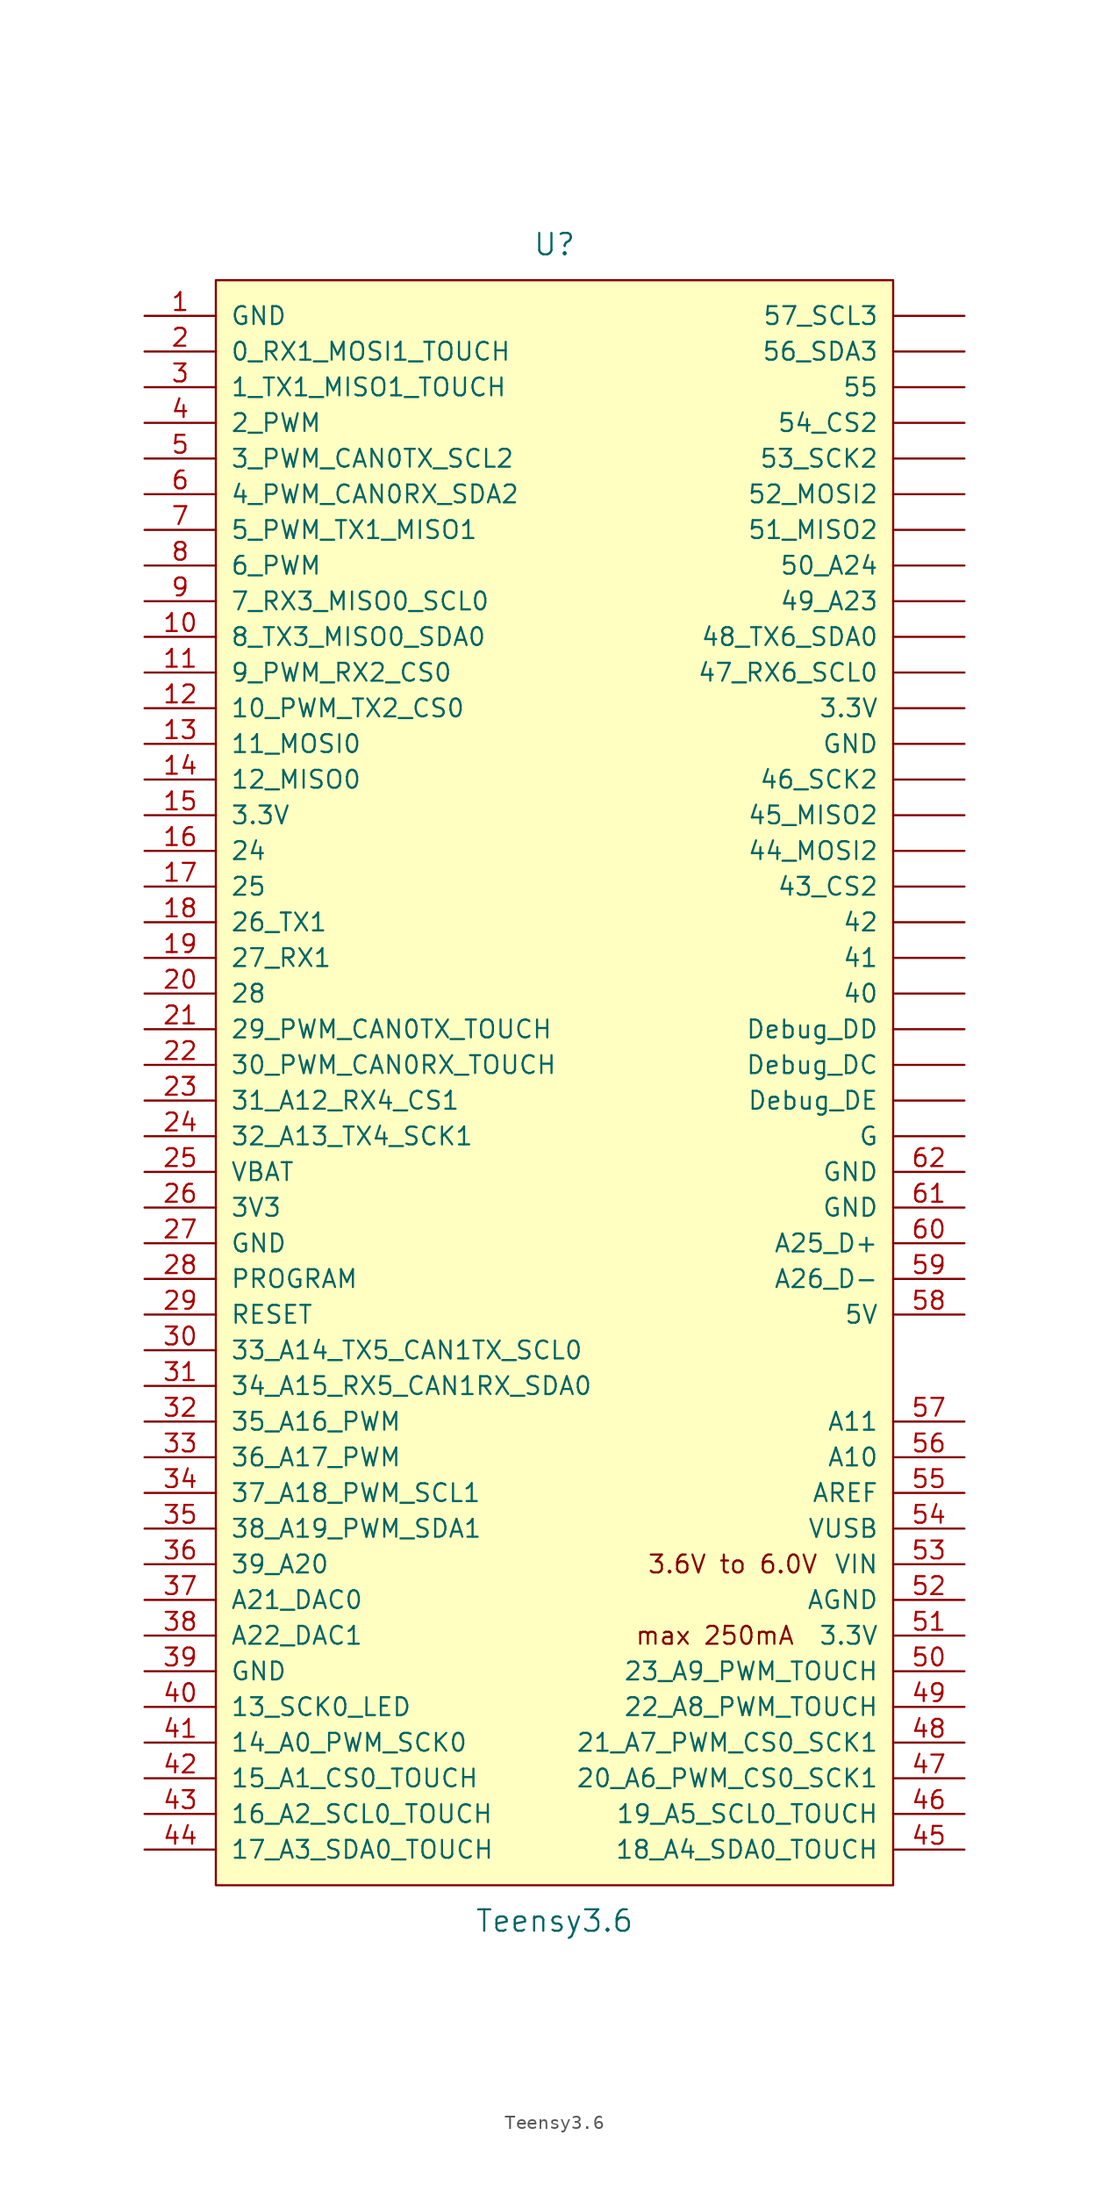
<source format=kicad_sym>
(kicad_symbol_lib
  (version 20220914)
  (generator kicad_symbol_editor)
  (symbol "Teensy3.6"
    (pin_names
      (offset 1.016))
    (property "Reference" "U"
      (at 0 59.69 0)
      (effects (font (size 1.524 1.524))))
    (property "Value" "Teensy3.6"
      (at 0 -59.69 0)
      (effects (font (size 1.524 1.524))))
    (property "Footprint" ""
      (at 0 1.27 0)
      (effects (font (size 1.524 1.524))))
    (property "Datasheet" ""
      (at 0 1.27 0)
      (effects (font (size 1.524 1.524))))
    (symbol "Teensy3.6_0_0"
      (text "3.6V to 6.0V" (at 12.7 -34.29 0) (effects (font (size 1.27 1.27))))
      (text "max 250mA" (at 11.43 -39.37 0) (effects (font (size 1.27 1.27)))))
    (symbol "Teensy3.6_1_0"
      (rectangle (start -24.13 57.15) (end 24.13 -57.15) (stroke (width 0) (type solid)) (fill (type background))))
    (symbol "Teensy3.6_1_1"
      (pin power_in line (at -29.21 54.61 0) (length 5.08) (name "GND" (effects (font (size 1.27 1.27)))) (number "1" (effects (font (size 1.27 1.27)))))
      (pin bidirectional line (at -29.21 31.75 0) (length 5.08) (name "8_TX3_MISO0_SDA0" (effects (font (size 1.27 1.27)))) (number "10" (effects (font (size 1.27 1.27)))))
      (pin bidirectional line (at -29.21 29.21 0) (length 5.08) (name "9_PWM_RX2_CS0" (effects (font (size 1.27 1.27)))) (number "11" (effects (font (size 1.27 1.27)))))
      (pin bidirectional line (at -29.21 26.67 0) (length 5.08) (name "10_PWM_TX2_CS0" (effects (font (size 1.27 1.27)))) (number "12" (effects (font (size 1.27 1.27)))))
      (pin bidirectional line (at -29.21 24.13 0) (length 5.08) (name "11_MOSI0" (effects (font (size 1.27 1.27)))) (number "13" (effects (font (size 1.27 1.27)))))
      (pin bidirectional line (at -29.21 21.59 0) (length 5.08) (name "12_MISO0" (effects (font (size 1.27 1.27)))) (number "14" (effects (font (size 1.27 1.27)))))
      (pin power_in line (at -29.21 19.05 0) (length 5.08) (name "3.3V" (effects (font (size 1.27 1.27)))) (number "15" (effects (font (size 1.27 1.27)))))
      (pin bidirectional line (at -29.21 16.51 0) (length 5.08) (name "24" (effects (font (size 1.27 1.27)))) (number "16" (effects (font (size 1.27 1.27)))))
      (pin bidirectional line (at -29.21 13.97 0) (length 5.08) (name "25" (effects (font (size 1.27 1.27)))) (number "17" (effects (font (size 1.27 1.27)))))
      (pin bidirectional line (at -29.21 11.43 0) (length 5.08) (name "26_TX1" (effects (font (size 1.27 1.27)))) (number "18" (effects (font (size 1.27 1.27)))))
      (pin bidirectional line (at -29.21 8.89 0) (length 5.08) (name "27_RX1" (effects (font (size 1.27 1.27)))) (number "19" (effects (font (size 1.27 1.27)))))
      (pin bidirectional line (at -29.21 52.07 0) (length 5.08) (name "0_RX1_MOSI1_TOUCH" (effects (font (size 1.27 1.27)))) (number "2" (effects (font (size 1.27 1.27)))))
      (pin bidirectional line (at -29.21 6.35 0) (length 5.08) (name "28" (effects (font (size 1.27 1.27)))) (number "20" (effects (font (size 1.27 1.27)))))
      (pin bidirectional line (at -29.21 3.81 0) (length 5.08) (name "29_PWM_CAN0TX_TOUCH" (effects (font (size 1.27 1.27)))) (number "21" (effects (font (size 1.27 1.27)))))
      (pin bidirectional line (at -29.21 1.27 0) (length 5.08) (name "30_PWM_CAN0RX_TOUCH" (effects (font (size 1.27 1.27)))) (number "22" (effects (font (size 1.27 1.27)))))
      (pin bidirectional line (at -29.21 -1.27 0) (length 5.08) (name "31_A12_RX4_CS1" (effects (font (size 1.27 1.27)))) (number "23" (effects (font (size 1.27 1.27)))))
      (pin bidirectional line (at -29.21 -3.81 0) (length 5.08) (name "32_A13_TX4_SCK1" (effects (font (size 1.27 1.27)))) (number "24" (effects (font (size 1.27 1.27)))))
      (pin power_in line (at -29.21 -6.35 0) (length 5.08) (name "VBAT" (effects (font (size 1.27 1.27)))) (number "25" (effects (font (size 1.27 1.27)))))
      (pin power_in line (at -29.21 -8.89 0) (length 5.08) (name "3V3" (effects (font (size 1.27 1.27)))) (number "26" (effects (font (size 1.27 1.27)))))
      (pin power_in line (at -29.21 -11.43 0) (length 5.08) (name "GND" (effects (font (size 1.27 1.27)))) (number "27" (effects (font (size 1.27 1.27)))))
      (pin input line (at -29.21 -13.97 0) (length 5.08) (name "PROGRAM" (effects (font (size 1.27 1.27)))) (number "28" (effects (font (size 1.27 1.27)))))
      (pin input line (at -29.21 -16.51 0) (length 5.08) (name "RESET" (effects (font (size 1.27 1.27)))) (number "29" (effects (font (size 1.27 1.27)))))
      (pin bidirectional line (at -29.21 49.53 0) (length 5.08) (name "1_TX1_MISO1_TOUCH" (effects (font (size 1.27 1.27)))) (number "3" (effects (font (size 1.27 1.27)))))
      (pin bidirectional line (at -29.21 -19.05 0) (length 5.08) (name "33_A14_TX5_CAN1TX_SCL0" (effects (font (size 1.27 1.27)))) (number "30" (effects (font (size 1.27 1.27)))))
      (pin bidirectional line (at -29.21 -21.59 0) (length 5.08) (name "34_A15_RX5_CAN1RX_SDA0" (effects (font (size 1.27 1.27)))) (number "31" (effects (font (size 1.27 1.27)))))
      (pin bidirectional line (at -29.21 -24.13 0) (length 5.08) (name "35_A16_PWM" (effects (font (size 1.27 1.27)))) (number "32" (effects (font (size 1.27 1.27)))))
      (pin bidirectional line (at -29.21 -26.67 0) (length 5.08) (name "36_A17_PWM" (effects (font (size 1.27 1.27)))) (number "33" (effects (font (size 1.27 1.27)))))
      (pin bidirectional line (at -29.21 -29.21 0) (length 5.08) (name "37_A18_PWM_SCL1" (effects (font (size 1.27 1.27)))) (number "34" (effects (font (size 1.27 1.27)))))
      (pin bidirectional line (at -29.21 -31.75 0) (length 5.08) (name "38_A19_PWM_SDA1" (effects (font (size 1.27 1.27)))) (number "35" (effects (font (size 1.27 1.27)))))
      (pin bidirectional line (at -29.21 -34.29 0) (length 5.08) (name "39_A20" (effects (font (size 1.27 1.27)))) (number "36" (effects (font (size 1.27 1.27)))))
      (pin bidirectional line (at -29.21 -36.83 0) (length 5.08) (name "A21_DAC0" (effects (font (size 1.27 1.27)))) (number "37" (effects (font (size 1.27 1.27)))))
      (pin bidirectional line (at -29.21 -39.37 0) (length 5.08) (name "A22_DAC1" (effects (font (size 1.27 1.27)))) (number "38" (effects (font (size 1.27 1.27)))))
      (pin power_in line (at -29.21 -41.91 0) (length 5.08) (name "GND" (effects (font (size 1.27 1.27)))) (number "39" (effects (font (size 1.27 1.27)))))
      (pin bidirectional line (at -29.21 46.99 0) (length 5.08) (name "2_PWM" (effects (font (size 1.27 1.27)))) (number "4" (effects (font (size 1.27 1.27)))))
      (pin bidirectional line (at -29.21 -44.45 0) (length 5.08) (name "13_SCK0_LED" (effects (font (size 1.27 1.27)))) (number "40" (effects (font (size 1.27 1.27)))))
      (pin bidirectional line (at -29.21 -46.99 0) (length 5.08) (name "14_A0_PWM_SCK0" (effects (font (size 1.27 1.27)))) (number "41" (effects (font (size 1.27 1.27)))))
      (pin bidirectional line (at -29.21 -49.53 0) (length 5.08) (name "15_A1_CS0_TOUCH" (effects (font (size 1.27 1.27)))) (number "42" (effects (font (size 1.27 1.27)))))
      (pin bidirectional line (at -29.21 -52.07 0) (length 5.08) (name "16_A2_SCL0_TOUCH" (effects (font (size 1.27 1.27)))) (number "43" (effects (font (size 1.27 1.27)))))
      (pin bidirectional line (at -29.21 -54.61 0) (length 5.08) (name "17_A3_SDA0_TOUCH" (effects (font (size 1.27 1.27)))) (number "44" (effects (font (size 1.27 1.27)))))
      (pin bidirectional line (at 29.21 -54.61 180) (length 5.08) (name "18_A4_SDA0_TOUCH" (effects (font (size 1.27 1.27)))) (number "45" (effects (font (size 1.27 1.27)))))
      (pin bidirectional line (at 29.21 -52.07 180) (length 5.08) (name "19_A5_SCL0_TOUCH" (effects (font (size 1.27 1.27)))) (number "46" (effects (font (size 1.27 1.27)))))
      (pin bidirectional line (at 29.21 -49.53 180) (length 5.08) (name "20_A6_PWM_CS0_SCK1" (effects (font (size 1.27 1.27)))) (number "47" (effects (font (size 1.27 1.27)))))
      (pin bidirectional line (at 29.21 -46.99 180) (length 5.08) (name "21_A7_PWM_CS0_SCK1" (effects (font (size 1.27 1.27)))) (number "48" (effects (font (size 1.27 1.27)))))
      (pin bidirectional line (at 29.21 -44.45 180) (length 5.08) (name "22_A8_PWM_TOUCH" (effects (font (size 1.27 1.27)))) (number "49" (effects (font (size 1.27 1.27)))))
      (pin bidirectional line (at -29.21 44.45 0) (length 5.08) (name "3_PWM_CAN0TX_SCL2" (effects (font (size 1.27 1.27)))) (number "5" (effects (font (size 1.27 1.27)))))
      (pin bidirectional line (at 29.21 -41.91 180) (length 5.08) (name "23_A9_PWM_TOUCH" (effects (font (size 1.27 1.27)))) (number "50" (effects (font (size 1.27 1.27)))))
      (pin power_out line (at 29.21 -39.37 180) (length 5.08) (name "3.3V" (effects (font (size 1.27 1.27)))) (number "51" (effects (font (size 1.27 1.27)))))
      (pin power_out line (at 29.21 -36.83 180) (length 5.08) (name "AGND" (effects (font (size 1.27 1.27)))) (number "52" (effects (font (size 1.27 1.27)))))
      (pin power_in line (at 29.21 -34.29 180) (length 5.08) (name "VIN" (effects (font (size 1.27 1.27)))) (number "53" (effects (font (size 1.27 1.27)))))
      (pin power_in line (at 29.21 -31.75 180) (length 5.08) (name "VUSB" (effects (font (size 1.27 1.27)))) (number "54" (effects (font (size 1.27 1.27)))))
      (pin input line (at 29.21 -29.21 180) (length 5.08) (name "AREF" (effects (font (size 1.27 1.27)))) (number "55" (effects (font (size 1.27 1.27)))))
      (pin bidirectional line (at 29.21 -26.67 180) (length 5.08) (name "A10" (effects (font (size 1.27 1.27)))) (number "56" (effects (font (size 1.27 1.27)))))
      (pin bidirectional line (at 29.21 -24.13 180) (length 5.08) (name "A11" (effects (font (size 1.27 1.27)))) (number "57" (effects (font (size 1.27 1.27)))))
      (pin power_in line (at 29.21 -16.51 180) (length 5.08) (name "5V" (effects (font (size 1.27 1.27)))) (number "58" (effects (font (size 1.27 1.27)))))
      (pin bidirectional line (at 29.21 -13.97 180) (length 5.08) (name "A26_D-" (effects (font (size 1.27 1.27)))) (number "59" (effects (font (size 1.27 1.27)))))
      (pin bidirectional line (at -29.21 41.91 0) (length 5.08) (name "4_PWM_CAN0RX_SDA2" (effects (font (size 1.27 1.27)))) (number "6" (effects (font (size 1.27 1.27)))))
      (pin bidirectional line (at 29.21 -11.43 180) (length 5.08) (name "A25_D+" (effects (font (size 1.27 1.27)))) (number "60" (effects (font (size 1.27 1.27)))))
      (pin power_in line (at 29.21 -8.89 180) (length 5.08) (name "GND" (effects (font (size 1.27 1.27)))) (number "61" (effects (font (size 1.27 1.27)))))
      (pin power_in line (at 29.21 -6.35 180) (length 5.08) (name "GND" (effects (font (size 1.27 1.27)))) (number "62" (effects (font (size 1.27 1.27)))))
      (pin bidirectional line (at -29.21 39.37 0) (length 5.08) (name "5_PWM_TX1_MISO1" (effects (font (size 1.27 1.27)))) (number "7" (effects (font (size 1.27 1.27)))))
      (pin bidirectional line (at -29.21 36.83 0) (length 5.08) (name "6_PWM" (effects (font (size 1.27 1.27)))) (number "8" (effects (font (size 1.27 1.27)))))
      (pin bidirectional line (at -29.21 34.29 0) (length 5.08) (name "7_RX3_MISO0_SCL0" (effects (font (size 1.27 1.27)))) (number "9" (effects (font (size 1.27 1.27)))))
      (pin power_in line (at 29.21 26.67 180) (length 5.08) (name "3.3V" (effects (font (size 1.27 1.27)))) (number "~" (effects (font (size 1.27 1.27)))))
      (pin bidirectional line (at 29.21 6.35 180) (length 5.08) (name "40" (effects (font (size 1.27 1.27)))) (number "~" (effects (font (size 1.27 1.27)))))
      (pin bidirectional line (at 29.21 8.89 180) (length 5.08) (name "41" (effects (font (size 1.27 1.27)))) (number "~" (effects (font (size 1.27 1.27)))))
      (pin bidirectional line (at 29.21 11.43 180) (length 5.08) (name "42" (effects (font (size 1.27 1.27)))) (number "~" (effects (font (size 1.27 1.27)))))
      (pin bidirectional line (at 29.21 13.97 180) (length 5.08) (name "43_CS2" (effects (font (size 1.27 1.27)))) (number "~" (effects (font (size 1.27 1.27)))))
      (pin bidirectional line (at 29.21 16.51 180) (length 5.08) (name "44_MOSI2" (effects (font (size 1.27 1.27)))) (number "~" (effects (font (size 1.27 1.27)))))
      (pin bidirectional line (at 29.21 19.05 180) (length 5.08) (name "45_MISO2" (effects (font (size 1.27 1.27)))) (number "~" (effects (font (size 1.27 1.27)))))
      (pin bidirectional line (at 29.21 21.59 180) (length 5.08) (name "46_SCK2" (effects (font (size 1.27 1.27)))) (number "~" (effects (font (size 1.27 1.27)))))
      (pin bidirectional line (at 29.21 29.21 180) (length 5.08) (name "47_RX6_SCL0" (effects (font (size 1.27 1.27)))) (number "~" (effects (font (size 1.27 1.27)))))
      (pin bidirectional line (at 29.21 31.75 180) (length 5.08) (name "48_TX6_SDA0" (effects (font (size 1.27 1.27)))) (number "~" (effects (font (size 1.27 1.27)))))
      (pin bidirectional line (at 29.21 34.29 180) (length 5.08) (name "49_A23" (effects (font (size 1.27 1.27)))) (number "~" (effects (font (size 1.27 1.27)))))
      (pin bidirectional line (at 29.21 36.83 180) (length 5.08) (name "50_A24" (effects (font (size 1.27 1.27)))) (number "~" (effects (font (size 1.27 1.27)))))
      (pin bidirectional line (at 29.21 39.37 180) (length 5.08) (name "51_MISO2" (effects (font (size 1.27 1.27)))) (number "~" (effects (font (size 1.27 1.27)))))
      (pin bidirectional line (at 29.21 41.91 180) (length 5.08) (name "52_MOSI2" (effects (font (size 1.27 1.27)))) (number "~" (effects (font (size 1.27 1.27)))))
      (pin bidirectional line (at 29.21 44.45 180) (length 5.08) (name "53_SCK2" (effects (font (size 1.27 1.27)))) (number "~" (effects (font (size 1.27 1.27)))))
      (pin bidirectional line (at 29.21 46.99 180) (length 5.08) (name "54_CS2" (effects (font (size 1.27 1.27)))) (number "~" (effects (font (size 1.27 1.27)))))
      (pin bidirectional line (at 29.21 49.53 180) (length 5.08) (name "55" (effects (font (size 1.27 1.27)))) (number "~" (effects (font (size 1.27 1.27)))))
      (pin bidirectional line (at 29.21 52.07 180) (length 5.08) (name "56_SDA3" (effects (font (size 1.27 1.27)))) (number "~" (effects (font (size 1.27 1.27)))))
      (pin bidirectional line (at 29.21 54.61 180) (length 5.08) (name "57_SCL3" (effects (font (size 1.27 1.27)))) (number "~" (effects (font (size 1.27 1.27)))))
      (pin input line (at 29.21 1.27 180) (length 5.08) (name "Debug_DC" (effects (font (size 1.27 1.27)))) (number "~" (effects (font (size 1.27 1.27)))))
      (pin input line (at 29.21 3.81 180) (length 5.08) (name "Debug_DD" (effects (font (size 1.27 1.27)))) (number "~" (effects (font (size 1.27 1.27)))))
      (pin input line (at 29.21 -1.27 180) (length 5.08) (name "Debug_DE" (effects (font (size 1.27 1.27)))) (number "~" (effects (font (size 1.27 1.27)))))
      (pin power_in line (at 29.21 -3.81 180) (length 5.08) (name "G" (effects (font (size 1.27 1.27)))) (number "~" (effects (font (size 1.27 1.27)))))
      (pin power_in line (at 29.21 24.13 180) (length 5.08) (name "GND" (effects (font (size 1.27 1.27)))) (number "~" (effects (font (size 1.27 1.27))))))))
</source>
